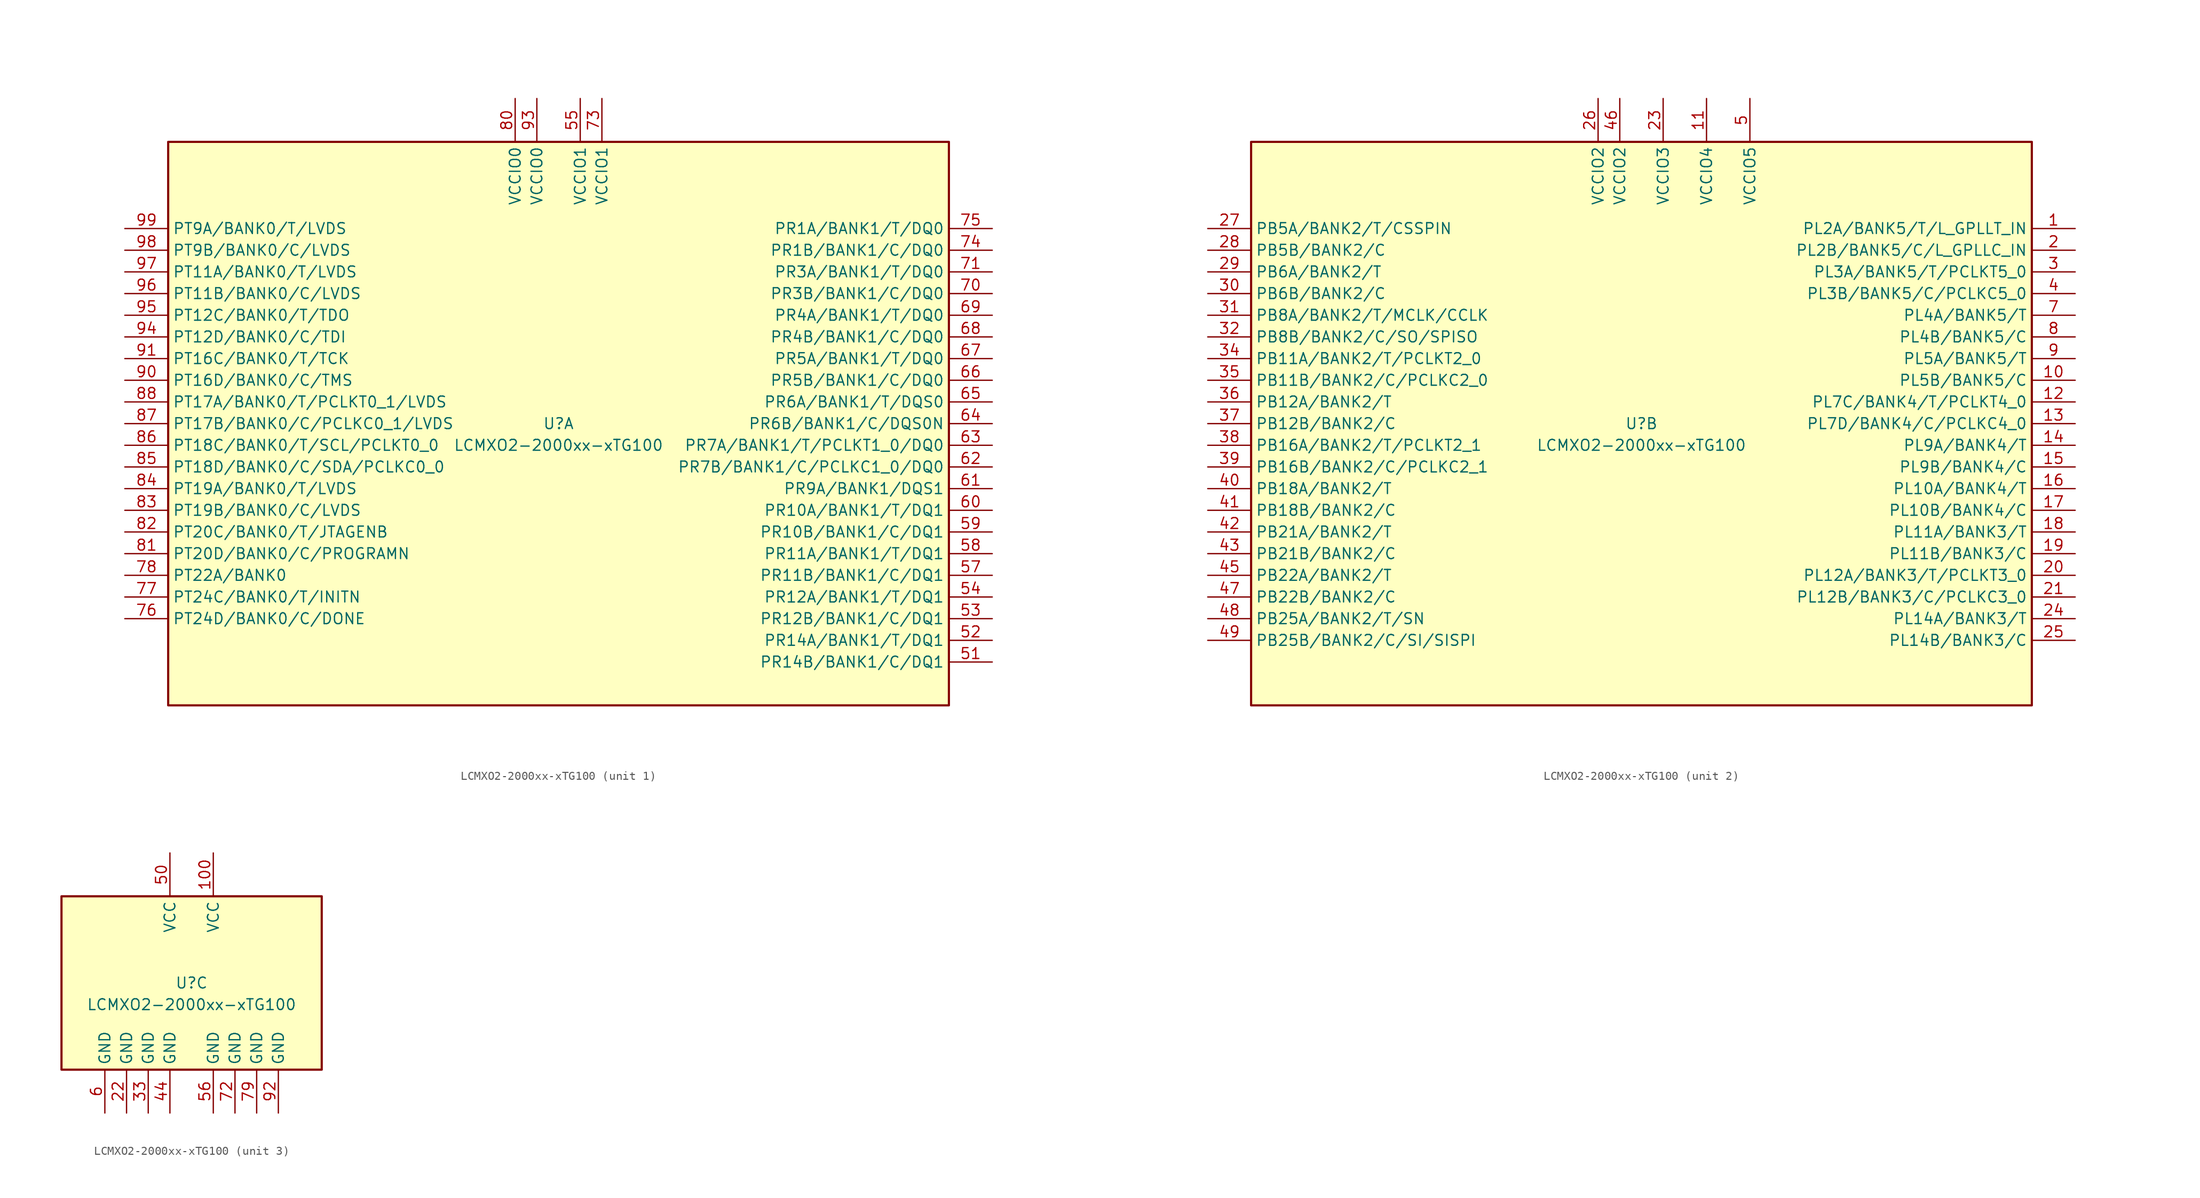
<source format=kicad_sym>
(kicad_symbol_lib
  (version 20241209)
  (generator "kicad_symbol_editor")
  (generator_version "9.0")
  (symbol "LCMXO2-2000xx-xTG100"
    (property "Reference" "U"
      (at 0 0 0)
      (effects (font (size 1.27 1.27))))
    (property "Value" "LCMXO2-2000xx-xTG100"
      (at 0 -2.54 0)
      (effects (font (size 1.27 1.27))))
    (property "ki_locked" ""
      (at 0 0 0)
      (effects (font (size 1.27 1.27))))
    (symbol "LCMXO2-2000xx-xTG100_1_1"
      (rectangle (start -45.72 33.02) (end 45.72 -33.02) (stroke (width 0.254) (type default)) (fill (type background)))
      (pin bidirectional line (at -50.8 22.86 0) (length 5.08) (name "PT9A/BANK0/T/LVDS" (effects (font (size 1.27 1.27)))) (number "99" (effects (font (size 1.27 1.27)))))
      (pin bidirectional line (at -50.8 20.32 0) (length 5.08) (name "PT9B/BANK0/C/LVDS" (effects (font (size 1.27 1.27)))) (number "98" (effects (font (size 1.27 1.27)))))
      (pin bidirectional line (at -50.8 17.78 0) (length 5.08) (name "PT11A/BANK0/T/LVDS" (effects (font (size 1.27 1.27)))) (number "97" (effects (font (size 1.27 1.27)))))
      (pin bidirectional line (at -50.8 15.24 0) (length 5.08) (name "PT11B/BANK0/C/LVDS" (effects (font (size 1.27 1.27)))) (number "96" (effects (font (size 1.27 1.27)))))
      (pin bidirectional line (at -50.8 12.7 0) (length 5.08) (name "PT12C/BANK0/T/TDO" (effects (font (size 1.27 1.27)))) (number "95" (effects (font (size 1.27 1.27)))))
      (pin bidirectional line (at -50.8 10.16 0) (length 5.08) (name "PT12D/BANK0/C/TDI" (effects (font (size 1.27 1.27)))) (number "94" (effects (font (size 1.27 1.27)))))
      (pin bidirectional line (at -50.8 7.62 0) (length 5.08) (name "PT16C/BANK0/T/TCK" (effects (font (size 1.27 1.27)))) (number "91" (effects (font (size 1.27 1.27)))))
      (pin bidirectional line (at -50.8 5.08 0) (length 5.08) (name "PT16D/BANK0/C/TMS" (effects (font (size 1.27 1.27)))) (number "90" (effects (font (size 1.27 1.27)))))
      (pin bidirectional line (at -50.8 2.54 0) (length 5.08) (name "PT17A/BANK0/T/PCLKT0_1/LVDS" (effects (font (size 1.27 1.27)))) (number "88" (effects (font (size 1.27 1.27)))))
      (pin bidirectional line (at -50.8 0 0) (length 5.08) (name "PT17B/BANK0/C/PCLKC0_1/LVDS" (effects (font (size 1.27 1.27)))) (number "87" (effects (font (size 1.27 1.27)))))
      (pin bidirectional line (at -50.8 -2.54 0) (length 5.08) (name "PT18C/BANK0/T/SCL/PCLKT0_0" (effects (font (size 1.27 1.27)))) (number "86" (effects (font (size 1.27 1.27)))))
      (pin bidirectional line (at -50.8 -5.08 0) (length 5.08) (name "PT18D/BANK0/C/SDA/PCLKC0_0" (effects (font (size 1.27 1.27)))) (number "85" (effects (font (size 1.27 1.27)))))
      (pin bidirectional line (at -50.8 -7.62 0) (length 5.08) (name "PT19A/BANK0/T/LVDS" (effects (font (size 1.27 1.27)))) (number "84" (effects (font (size 1.27 1.27)))))
      (pin bidirectional line (at -50.8 -10.16 0) (length 5.08) (name "PT19B/BANK0/C/LVDS" (effects (font (size 1.27 1.27)))) (number "83" (effects (font (size 1.27 1.27)))))
      (pin bidirectional line (at -50.8 -12.7 0) (length 5.08) (name "PT20C/BANK0/T/JTAGENB" (effects (font (size 1.27 1.27)))) (number "82" (effects (font (size 1.27 1.27)))))
      (pin bidirectional line (at -50.8 -15.24 0) (length 5.08) (name "PT20D/BANK0/C/PROGRAMN" (effects (font (size 1.27 1.27)))) (number "81" (effects (font (size 1.27 1.27)))))
      (pin bidirectional line (at -50.8 -17.78 0) (length 5.08) (name "PT22A/BANK0" (effects (font (size 1.27 1.27)))) (number "78" (effects (font (size 1.27 1.27)))))
      (pin bidirectional line (at -50.8 -20.32 0) (length 5.08) (name "PT24C/BANK0/T/INITN" (effects (font (size 1.27 1.27)))) (number "77" (effects (font (size 1.27 1.27)))))
      (pin bidirectional line (at -50.8 -22.86 0) (length 5.08) (name "PT24D/BANK0/C/DONE" (effects (font (size 1.27 1.27)))) (number "76" (effects (font (size 1.27 1.27)))))
      (pin no_connect line (at -45.72 -25.4 0) (length 5.08) (hide yes) (name "NC" (effects (font (size 1.27 1.27)))) (number "89" (effects (font (size 1.27 1.27)))))
      (pin power_in line (at -5.08 38.1 270) (length 5.08) (name "VCCIO0" (effects (font (size 1.27 1.27)))) (number "80" (effects (font (size 1.27 1.27)))))
      (pin power_in line (at -2.54 38.1 270) (length 5.08) (name "VCCIO0" (effects (font (size 1.27 1.27)))) (number "93" (effects (font (size 1.27 1.27)))))
      (pin power_in line (at 2.54 38.1 270) (length 5.08) (name "VCCIO1" (effects (font (size 1.27 1.27)))) (number "55" (effects (font (size 1.27 1.27)))))
      (pin power_in line (at 5.08 38.1 270) (length 5.08) (name "VCCIO1" (effects (font (size 1.27 1.27)))) (number "73" (effects (font (size 1.27 1.27)))))
      (pin bidirectional line (at 50.8 22.86 180) (length 5.08) (name "PR1A/BANK1/T/DQ0" (effects (font (size 1.27 1.27)))) (number "75" (effects (font (size 1.27 1.27)))))
      (pin bidirectional line (at 50.8 20.32 180) (length 5.08) (name "PR1B/BANK1/C/DQ0" (effects (font (size 1.27 1.27)))) (number "74" (effects (font (size 1.27 1.27)))))
      (pin bidirectional line (at 50.8 17.78 180) (length 5.08) (name "PR3A/BANK1/T/DQ0" (effects (font (size 1.27 1.27)))) (number "71" (effects (font (size 1.27 1.27)))))
      (pin bidirectional line (at 50.8 15.24 180) (length 5.08) (name "PR3B/BANK1/C/DQ0" (effects (font (size 1.27 1.27)))) (number "70" (effects (font (size 1.27 1.27)))))
      (pin bidirectional line (at 50.8 12.7 180) (length 5.08) (name "PR4A/BANK1/T/DQ0" (effects (font (size 1.27 1.27)))) (number "69" (effects (font (size 1.27 1.27)))))
      (pin bidirectional line (at 50.8 10.16 180) (length 5.08) (name "PR4B/BANK1/C/DQ0" (effects (font (size 1.27 1.27)))) (number "68" (effects (font (size 1.27 1.27)))))
      (pin bidirectional line (at 50.8 7.62 180) (length 5.08) (name "PR5A/BANK1/T/DQ0" (effects (font (size 1.27 1.27)))) (number "67" (effects (font (size 1.27 1.27)))))
      (pin bidirectional line (at 50.8 5.08 180) (length 5.08) (name "PR5B/BANK1/C/DQ0" (effects (font (size 1.27 1.27)))) (number "66" (effects (font (size 1.27 1.27)))))
      (pin bidirectional line (at 50.8 2.54 180) (length 5.08) (name "PR6A/BANK1/T/DQS0" (effects (font (size 1.27 1.27)))) (number "65" (effects (font (size 1.27 1.27)))))
      (pin bidirectional line (at 50.8 0 180) (length 5.08) (name "PR6B/BANK1/C/DQS0N" (effects (font (size 1.27 1.27)))) (number "64" (effects (font (size 1.27 1.27)))))
      (pin bidirectional line (at 50.8 -2.54 180) (length 5.08) (name "PR7A/BANK1/T/PCLKT1_0/DQ0" (effects (font (size 1.27 1.27)))) (number "63" (effects (font (size 1.27 1.27)))))
      (pin bidirectional line (at 50.8 -5.08 180) (length 5.08) (name "PR7B/BANK1/C/PCLKC1_0/DQ0" (effects (font (size 1.27 1.27)))) (number "62" (effects (font (size 1.27 1.27)))))
      (pin bidirectional line (at 50.8 -7.62 180) (length 5.08) (name "PR9A/BANK1/DQS1" (effects (font (size 1.27 1.27)))) (number "61" (effects (font (size 1.27 1.27)))))
      (pin bidirectional line (at 50.8 -10.16 180) (length 5.08) (name "PR10A/BANK1/T/DQ1" (effects (font (size 1.27 1.27)))) (number "60" (effects (font (size 1.27 1.27)))))
      (pin bidirectional line (at 50.8 -12.7 180) (length 5.08) (name "PR10B/BANK1/C/DQ1" (effects (font (size 1.27 1.27)))) (number "59" (effects (font (size 1.27 1.27)))))
      (pin bidirectional line (at 50.8 -15.24 180) (length 5.08) (name "PR11A/BANK1/T/DQ1" (effects (font (size 1.27 1.27)))) (number "58" (effects (font (size 1.27 1.27)))))
      (pin bidirectional line (at 50.8 -17.78 180) (length 5.08) (name "PR11B/BANK1/C/DQ1" (effects (font (size 1.27 1.27)))) (number "57" (effects (font (size 1.27 1.27)))))
      (pin bidirectional line (at 50.8 -20.32 180) (length 5.08) (name "PR12A/BANK1/T/DQ1" (effects (font (size 1.27 1.27)))) (number "54" (effects (font (size 1.27 1.27)))))
      (pin bidirectional line (at 50.8 -22.86 180) (length 5.08) (name "PR12B/BANK1/C/DQ1" (effects (font (size 1.27 1.27)))) (number "53" (effects (font (size 1.27 1.27)))))
      (pin bidirectional line (at 50.8 -25.4 180) (length 5.08) (name "PR14A/BANK1/T/DQ1" (effects (font (size 1.27 1.27)))) (number "52" (effects (font (size 1.27 1.27)))))
      (pin bidirectional line (at 50.8 -27.94 180) (length 5.08) (name "PR14B/BANK1/C/DQ1" (effects (font (size 1.27 1.27)))) (number "51" (effects (font (size 1.27 1.27))))))
    (symbol "LCMXO2-2000xx-xTG100_2_1"
      (rectangle (start -45.72 33.02) (end 45.72 -33.02) (stroke (width 0.254) (type default)) (fill (type background)))
      (pin bidirectional line (at -50.8 22.86 0) (length 5.08) (name "PB5A/BANK2/T/CSSPIN" (effects (font (size 1.27 1.27)))) (number "27" (effects (font (size 1.27 1.27)))))
      (pin bidirectional line (at -50.8 20.32 0) (length 5.08) (name "PB5B/BANK2/C" (effects (font (size 1.27 1.27)))) (number "28" (effects (font (size 1.27 1.27)))))
      (pin bidirectional line (at -50.8 17.78 0) (length 5.08) (name "PB6A/BANK2/T" (effects (font (size 1.27 1.27)))) (number "29" (effects (font (size 1.27 1.27)))))
      (pin bidirectional line (at -50.8 15.24 0) (length 5.08) (name "PB6B/BANK2/C" (effects (font (size 1.27 1.27)))) (number "30" (effects (font (size 1.27 1.27)))))
      (pin bidirectional line (at -50.8 12.7 0) (length 5.08) (name "PB8A/BANK2/T/MCLK/CCLK" (effects (font (size 1.27 1.27)))) (number "31" (effects (font (size 1.27 1.27)))))
      (pin bidirectional line (at -50.8 10.16 0) (length 5.08) (name "PB8B/BANK2/C/SO/SPISO" (effects (font (size 1.27 1.27)))) (number "32" (effects (font (size 1.27 1.27)))))
      (pin bidirectional line (at -50.8 7.62 0) (length 5.08) (name "PB11A/BANK2/T/PCLKT2_0" (effects (font (size 1.27 1.27)))) (number "34" (effects (font (size 1.27 1.27)))))
      (pin bidirectional line (at -50.8 5.08 0) (length 5.08) (name "PB11B/BANK2/C/PCLKC2_0" (effects (font (size 1.27 1.27)))) (number "35" (effects (font (size 1.27 1.27)))))
      (pin bidirectional line (at -50.8 2.54 0) (length 5.08) (name "PB12A/BANK2/T" (effects (font (size 1.27 1.27)))) (number "36" (effects (font (size 1.27 1.27)))))
      (pin bidirectional line (at -50.8 0 0) (length 5.08) (name "PB12B/BANK2/C" (effects (font (size 1.27 1.27)))) (number "37" (effects (font (size 1.27 1.27)))))
      (pin bidirectional line (at -50.8 -2.54 0) (length 5.08) (name "PB16A/BANK2/T/PCLKT2_1" (effects (font (size 1.27 1.27)))) (number "38" (effects (font (size 1.27 1.27)))))
      (pin bidirectional line (at -50.8 -5.08 0) (length 5.08) (name "PB16B/BANK2/C/PCLKC2_1" (effects (font (size 1.27 1.27)))) (number "39" (effects (font (size 1.27 1.27)))))
      (pin bidirectional line (at -50.8 -7.62 0) (length 5.08) (name "PB18A/BANK2/T" (effects (font (size 1.27 1.27)))) (number "40" (effects (font (size 1.27 1.27)))))
      (pin bidirectional line (at -50.8 -10.16 0) (length 5.08) (name "PB18B/BANK2/C" (effects (font (size 1.27 1.27)))) (number "41" (effects (font (size 1.27 1.27)))))
      (pin bidirectional line (at -50.8 -12.7 0) (length 5.08) (name "PB21A/BANK2/T" (effects (font (size 1.27 1.27)))) (number "42" (effects (font (size 1.27 1.27)))))
      (pin bidirectional line (at -50.8 -15.24 0) (length 5.08) (name "PB21B/BANK2/C" (effects (font (size 1.27 1.27)))) (number "43" (effects (font (size 1.27 1.27)))))
      (pin bidirectional line (at -50.8 -17.78 0) (length 5.08) (name "PB22A/BANK2/T" (effects (font (size 1.27 1.27)))) (number "45" (effects (font (size 1.27 1.27)))))
      (pin bidirectional line (at -50.8 -20.32 0) (length 5.08) (name "PB22B/BANK2/C" (effects (font (size 1.27 1.27)))) (number "47" (effects (font (size 1.27 1.27)))))
      (pin bidirectional line (at -50.8 -22.86 0) (length 5.08) (name "PB25A/BANK2/T/SN" (effects (font (size 1.27 1.27)))) (number "48" (effects (font (size 1.27 1.27)))))
      (pin bidirectional line (at -50.8 -25.4 0) (length 5.08) (name "PB25B/BANK2/C/SI/SISPI" (effects (font (size 1.27 1.27)))) (number "49" (effects (font (size 1.27 1.27)))))
      (pin power_in line (at -5.08 38.1 270) (length 5.08) (name "VCCIO2" (effects (font (size 1.27 1.27)))) (number "26" (effects (font (size 1.27 1.27)))))
      (pin power_in line (at -2.54 38.1 270) (length 5.08) (name "VCCIO2" (effects (font (size 1.27 1.27)))) (number "46" (effects (font (size 1.27 1.27)))))
      (pin power_in line (at 2.54 38.1 270) (length 5.08) (name "VCCIO3" (effects (font (size 1.27 1.27)))) (number "23" (effects (font (size 1.27 1.27)))))
      (pin power_in line (at 7.62 38.1 270) (length 5.08) (name "VCCIO4" (effects (font (size 1.27 1.27)))) (number "11" (effects (font (size 1.27 1.27)))))
      (pin power_in line (at 12.7 38.1 270) (length 5.08) (name "VCCIO5" (effects (font (size 1.27 1.27)))) (number "5" (effects (font (size 1.27 1.27)))))
      (pin bidirectional line (at 50.8 22.86 180) (length 5.08) (name "PL2A/BANK5/T/L_GPLLT_IN" (effects (font (size 1.27 1.27)))) (number "1" (effects (font (size 1.27 1.27)))))
      (pin bidirectional line (at 50.8 20.32 180) (length 5.08) (name "PL2B/BANK5/C/L_GPLLC_IN" (effects (font (size 1.27 1.27)))) (number "2" (effects (font (size 1.27 1.27)))))
      (pin bidirectional line (at 50.8 17.78 180) (length 5.08) (name "PL3A/BANK5/T/PCLKT5_0" (effects (font (size 1.27 1.27)))) (number "3" (effects (font (size 1.27 1.27)))))
      (pin bidirectional line (at 50.8 15.24 180) (length 5.08) (name "PL3B/BANK5/C/PCLKC5_0" (effects (font (size 1.27 1.27)))) (number "4" (effects (font (size 1.27 1.27)))))
      (pin bidirectional line (at 50.8 12.7 180) (length 5.08) (name "PL4A/BANK5/T" (effects (font (size 1.27 1.27)))) (number "7" (effects (font (size 1.27 1.27)))))
      (pin bidirectional line (at 50.8 10.16 180) (length 5.08) (name "PL4B/BANK5/C" (effects (font (size 1.27 1.27)))) (number "8" (effects (font (size 1.27 1.27)))))
      (pin bidirectional line (at 50.8 7.62 180) (length 5.08) (name "PL5A/BANK5/T" (effects (font (size 1.27 1.27)))) (number "9" (effects (font (size 1.27 1.27)))))
      (pin bidirectional line (at 50.8 5.08 180) (length 5.08) (name "PL5B/BANK5/C" (effects (font (size 1.27 1.27)))) (number "10" (effects (font (size 1.27 1.27)))))
      (pin bidirectional line (at 50.8 2.54 180) (length 5.08) (name "PL7C/BANK4/T/PCLKT4_0" (effects (font (size 1.27 1.27)))) (number "12" (effects (font (size 1.27 1.27)))))
      (pin bidirectional line (at 50.8 0 180) (length 5.08) (name "PL7D/BANK4/C/PCLKC4_0" (effects (font (size 1.27 1.27)))) (number "13" (effects (font (size 1.27 1.27)))))
      (pin bidirectional line (at 50.8 -2.54 180) (length 5.08) (name "PL9A/BANK4/T" (effects (font (size 1.27 1.27)))) (number "14" (effects (font (size 1.27 1.27)))))
      (pin bidirectional line (at 50.8 -5.08 180) (length 5.08) (name "PL9B/BANK4/C" (effects (font (size 1.27 1.27)))) (number "15" (effects (font (size 1.27 1.27)))))
      (pin bidirectional line (at 50.8 -7.62 180) (length 5.08) (name "PL10A/BANK4/T" (effects (font (size 1.27 1.27)))) (number "16" (effects (font (size 1.27 1.27)))))
      (pin bidirectional line (at 50.8 -10.16 180) (length 5.08) (name "PL10B/BANK4/C" (effects (font (size 1.27 1.27)))) (number "17" (effects (font (size 1.27 1.27)))))
      (pin bidirectional line (at 50.8 -12.7 180) (length 5.08) (name "PL11A/BANK3/T" (effects (font (size 1.27 1.27)))) (number "18" (effects (font (size 1.27 1.27)))))
      (pin bidirectional line (at 50.8 -15.24 180) (length 5.08) (name "PL11B/BANK3/C" (effects (font (size 1.27 1.27)))) (number "19" (effects (font (size 1.27 1.27)))))
      (pin bidirectional line (at 50.8 -17.78 180) (length 5.08) (name "PL12A/BANK3/T/PCLKT3_0" (effects (font (size 1.27 1.27)))) (number "20" (effects (font (size 1.27 1.27)))))
      (pin bidirectional line (at 50.8 -20.32 180) (length 5.08) (name "PL12B/BANK3/C/PCLKC3_0" (effects (font (size 1.27 1.27)))) (number "21" (effects (font (size 1.27 1.27)))))
      (pin bidirectional line (at 50.8 -22.86 180) (length 5.08) (name "PL14A/BANK3/T" (effects (font (size 1.27 1.27)))) (number "24" (effects (font (size 1.27 1.27)))))
      (pin bidirectional line (at 50.8 -25.4 180) (length 5.08) (name "PL14B/BANK3/C" (effects (font (size 1.27 1.27)))) (number "25" (effects (font (size 1.27 1.27))))))
    (symbol "LCMXO2-2000xx-xTG100_3_1"
      (rectangle (start -15.24 10.16) (end 15.24 -10.16) (stroke (width 0.254) (type default)) (fill (type background)))
      (pin power_in line (at -10.16 -15.24 90) (length 5.08) (name "GND" (effects (font (size 1.27 1.27)))) (number "6" (effects (font (size 1.27 1.27)))))
      (pin power_in line (at -7.62 -15.24 90) (length 5.08) (name "GND" (effects (font (size 1.27 1.27)))) (number "22" (effects (font (size 1.27 1.27)))))
      (pin power_in line (at -5.08 -15.24 90) (length 5.08) (name "GND" (effects (font (size 1.27 1.27)))) (number "33" (effects (font (size 1.27 1.27)))))
      (pin power_in line (at -2.54 15.24 270) (length 5.08) (name "VCC" (effects (font (size 1.27 1.27)))) (number "50" (effects (font (size 1.27 1.27)))))
      (pin power_in line (at -2.54 -15.24 90) (length 5.08) (name "GND" (effects (font (size 1.27 1.27)))) (number "44" (effects (font (size 1.27 1.27)))))
      (pin power_in line (at 2.54 15.24 270) (length 5.08) (name "VCC" (effects (font (size 1.27 1.27)))) (number "100" (effects (font (size 1.27 1.27)))))
      (pin power_in line (at 2.54 -15.24 90) (length 5.08) (name "GND" (effects (font (size 1.27 1.27)))) (number "56" (effects (font (size 1.27 1.27)))))
      (pin power_in line (at 5.08 -15.24 90) (length 5.08) (name "GND" (effects (font (size 1.27 1.27)))) (number "72" (effects (font (size 1.27 1.27)))))
      (pin power_in line (at 7.62 -15.24 90) (length 5.08) (name "GND" (effects (font (size 1.27 1.27)))) (number "79" (effects (font (size 1.27 1.27)))))
      (pin power_in line (at 10.16 -15.24 90) (length 5.08) (name "GND" (effects (font (size 1.27 1.27)))) (number "92" (effects (font (size 1.27 1.27))))))))
</source>
